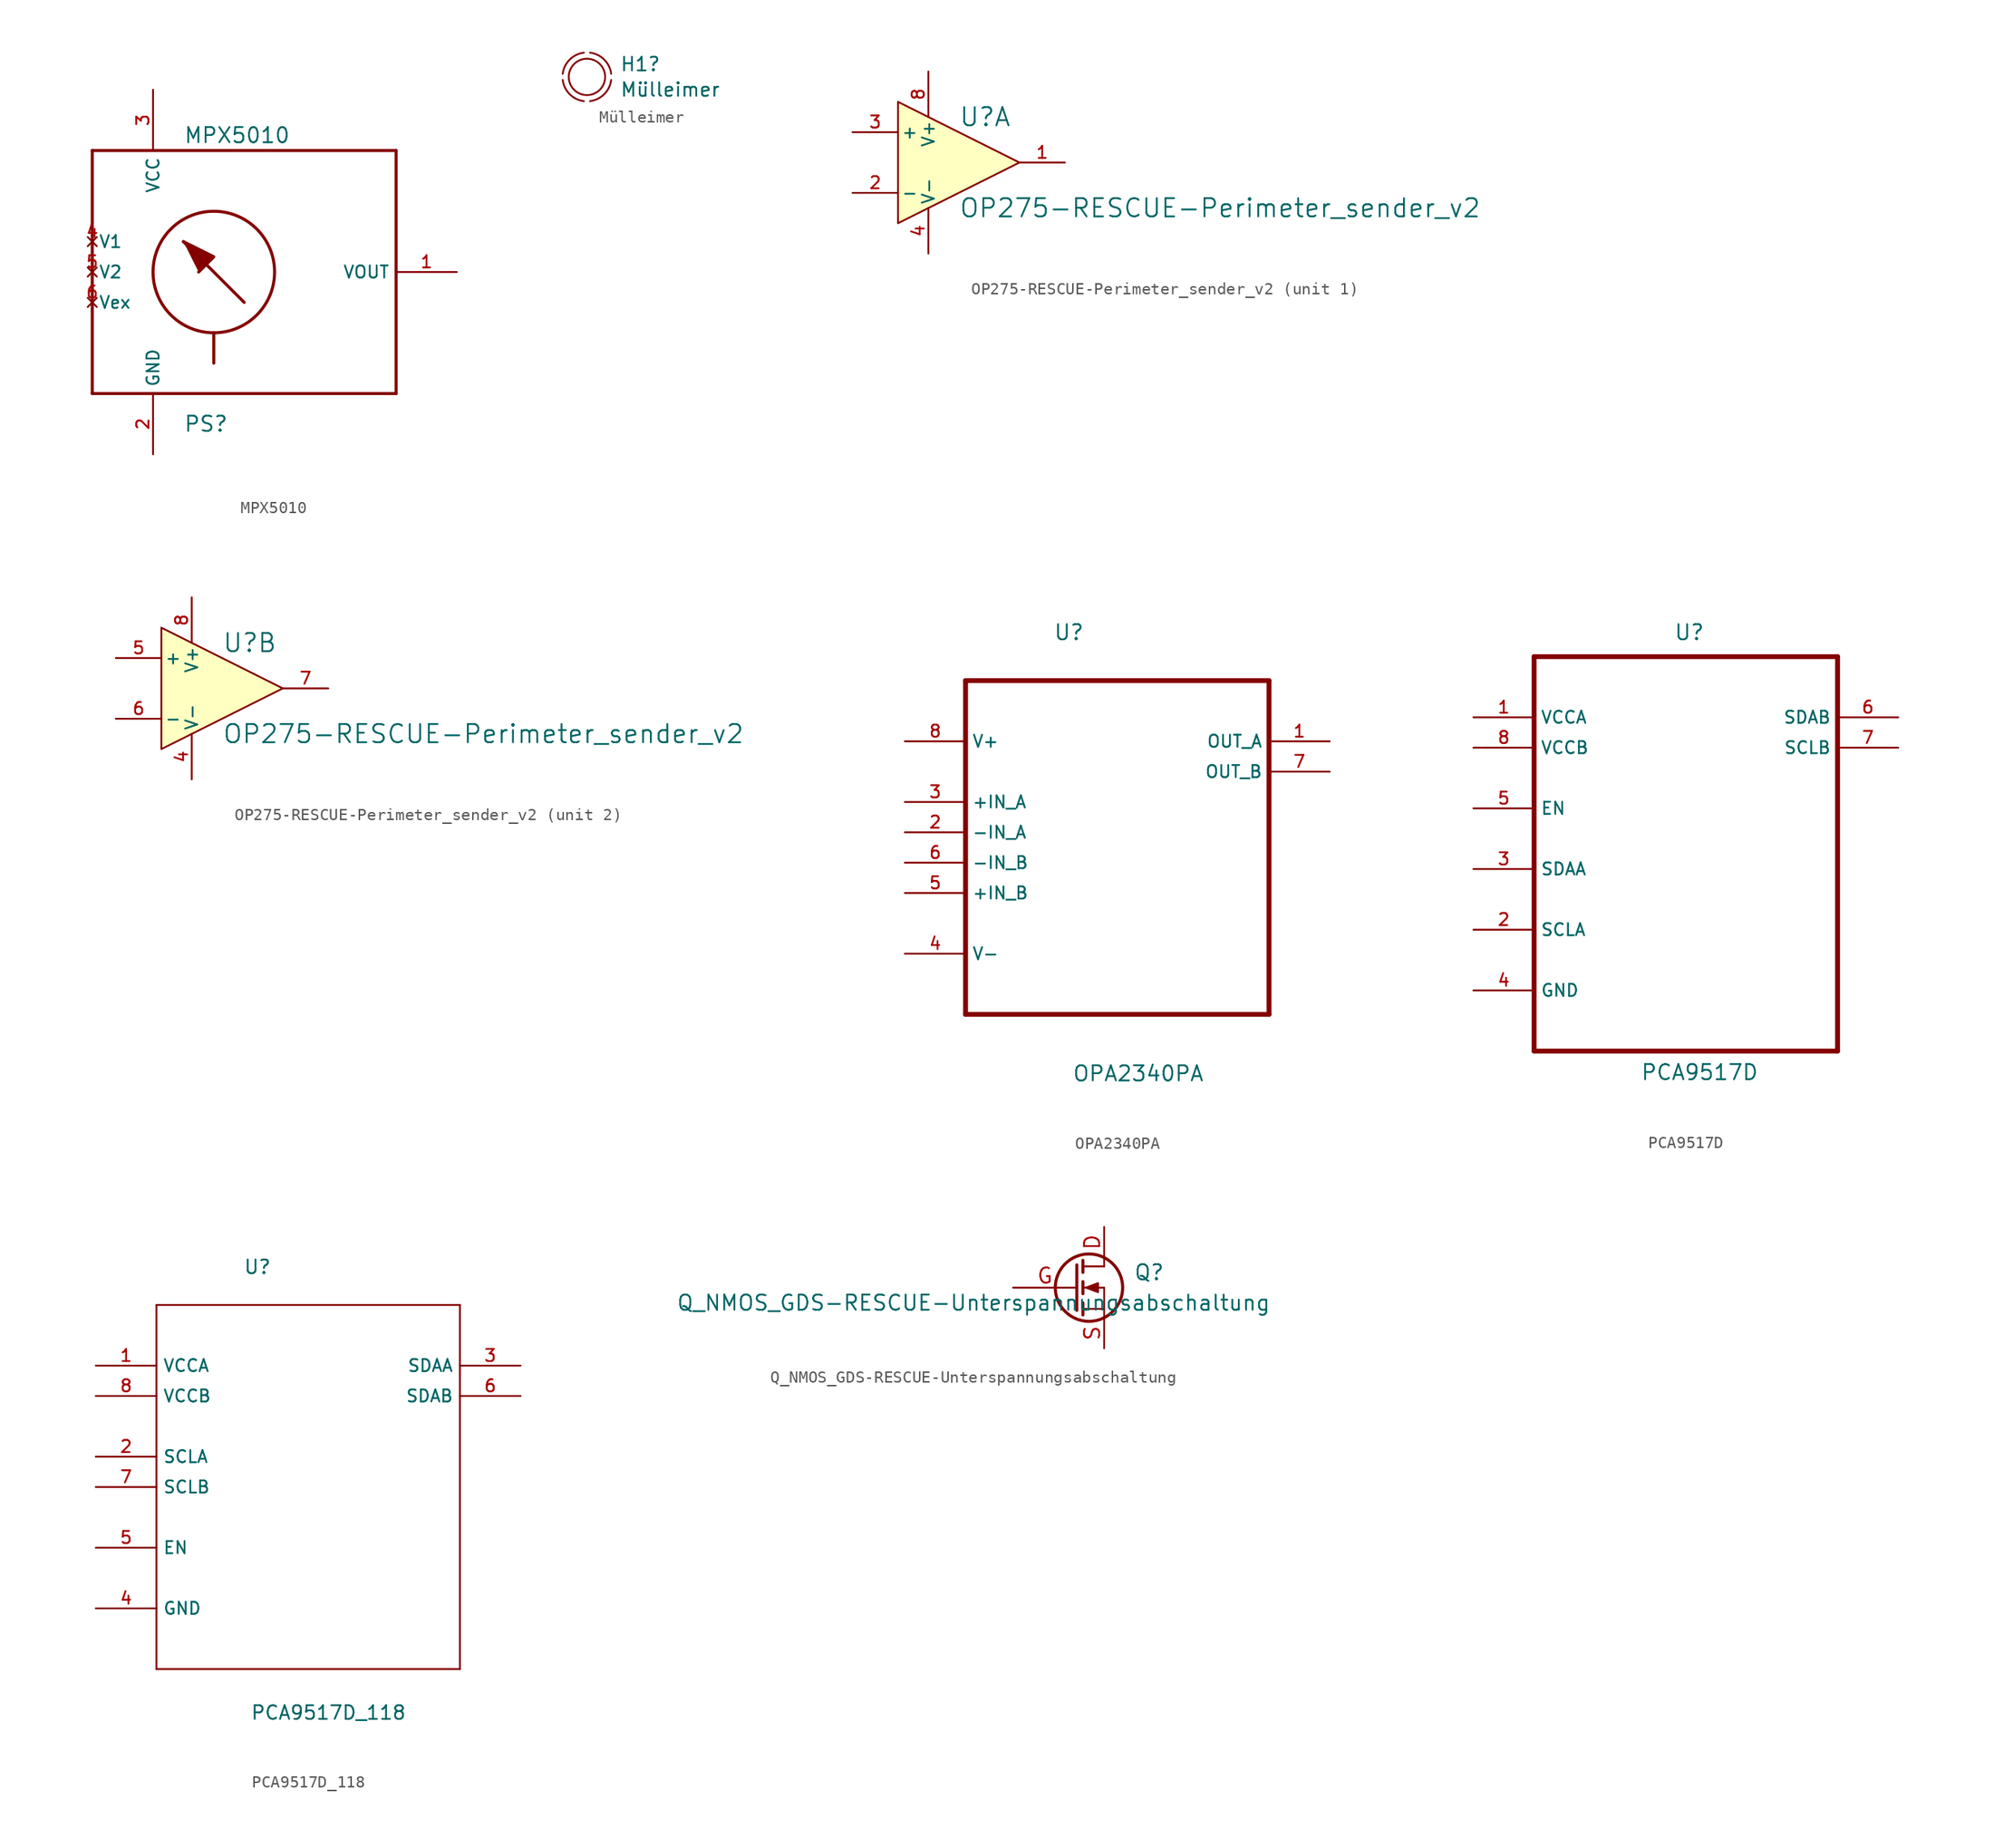
<source format=kicad_sym>
(kicad_symbol_lib
  (version 20220102)
  (generator kicad_symbol_editor)
  (symbol "MPX5010"
    (property "Reference" "PS"
      (at -2.54 -12.7 0)
      (effects (font (size 1.27 1.27)) (justify left)))
    (property "Value" "MPX5010"
      (at -2.54 11.43 0)
      (effects (font (size 1.27 1.27)) (justify left)))
    (property "Footprint" ""
      (at 0 0 0)
      (effects (font (size 1.524 1.524))))
    (property "Datasheet" ""
      (at 0 0 0)
      (effects (font (size 1.524 1.524))))
    (symbol "MPX5010_0_0"
      (polyline (pts (xy -10.16 -10.16) (xy 15.24 -10.16)) (stroke (width 0.254) (type default)) (fill (type none)))
      (polyline (pts (xy -10.16 10.16) (xy -10.16 -10.16)) (stroke (width 0.254) (type default)) (fill (type none)))
      (polyline (pts (xy 0 -5.08) (xy 0 -7.62)) (stroke (width 0.254) (type default)) (fill (type none)))
      (polyline (pts (xy 2.54 -2.54) (xy -2.54 2.54)) (stroke (width 0.254) (type default)) (fill (type none)))
      (polyline (pts (xy 15.24 -10.16) (xy 15.24 10.16)) (stroke (width 0.254) (type default)) (fill (type none)))
      (polyline (pts (xy 15.24 10.16) (xy -10.16 10.16)) (stroke (width 0.254) (type default)) (fill (type none)))
      (polyline (pts (xy -2.54 2.54) (xy 0 1.27) (xy -1.27 0)) (stroke (width 0.254) (type default)) (fill (type outline)))
      (circle (center 0 0) (radius 5.08) (stroke (width 0.254) (type default)) (fill (type none)))
      (pin output line (at 20.32 0 180) (length 5.08) (name "VOUT" (effects (font (size 1.016 1.016)))) (number "1" (effects (font (size 1.016 1.016)))))
      (pin input line (at -5.08 -15.24 90) (length 5.08) (name "GND" (effects (font (size 1.016 1.016)))) (number "2" (effects (font (size 1.016 1.016)))))
      (pin input line (at -5.08 15.24 270) (length 5.08) (name "VCC" (effects (font (size 1.016 1.016)))) (number "3" (effects (font (size 1.016 1.016)))))
      (pin no_connect line (at -10.16 2.54 0) (length 0) (name "V1" (effects (font (size 1.016 1.016)))) (number "4" (effects (font (size 1.016 1.016)))))
      (pin no_connect line (at -10.16 0 0) (length 0) (name "V2" (effects (font (size 1.016 1.016)))) (number "5" (effects (font (size 1.016 1.016)))))
      (pin no_connect line (at -10.16 -2.54 0) (length 0) (name "Vex" (effects (font (size 1.016 1.016)))) (number "6" (effects (font (size 1.016 1.016)))))))
  (symbol "Mülleimer"
    (pin_numbers hide)
    (pin_names
      (offset 1.016) hide)
    (property "Reference" "H1"
      (at 2.743 1.067 0)
      (effects (font (size 1.143 1.143)) (justify left)))
    (property "Value" "Mülleimer"
      (at 2.743 -1.067 0)
      (effects (font (size 1.143 1.143)) (justify left)))
    (property "ki_locked" ""
      (at 0 0 0)
      (effects (font (size 1.27 1.27))))
    (symbol "Mülleimer_1_1"
      (arc (start -2.032 -0.254) (mid -1.448 -1.448) (end -0.254 -2.032) (stroke (width 0) (type default)) (fill (type none)))
      (arc (start -0.254 2.032) (mid -1.448 1.448) (end -2.032 0.254) (stroke (width 0) (type default)) (fill (type none)))
      (circle (center 0 0) (radius 1.524) (stroke (width 0) (type default)) (fill (type none)))
      (arc (start 0.254 -2.032) (mid 1.448 -1.448) (end 2.032 -0.254) (stroke (width 0) (type default)) (fill (type none)))
      (arc (start 2.032 0.254) (mid 1.448 1.448) (end 0.254 2.032) (stroke (width 0) (type default)) (fill (type none)))))
  (symbol "OP275-RESCUE-Perimeter_sender_v2"
    (pin_names
      (offset 0.254))
    (property "Reference" "U"
      (at 0 3.81 0)
      (effects (font (size 1.524 1.524)) (justify left)))
    (property "Value" "OP275-RESCUE-Perimeter_sender_v2"
      (at 0 -3.81 0)
      (effects (font (size 1.524 1.524)) (justify left)))
    (property "Footprint" ""
      (at 0 0 0)
      (effects (font (size 1.524 1.524))))
    (property "Datasheet" ""
      (at 0 0 0)
      (effects (font (size 1.524 1.524))))
    (symbol "OP275-RESCUE-Perimeter_sender_v2_0_1"
      (polyline (pts (xy -5.08 5.08) (xy 5.08 0) (xy -5.08 -5.08) (xy -5.08 5.08)) (stroke (width 0.152) (type default)) (fill (type background)))
      (pin power_in line (at -2.54 -7.62 90) (length 3.81) (name "V-" (effects (font (size 1.016 1.016)))) (number "4" (effects (font (size 1.016 1.016)))))
      (pin power_in line (at -2.54 7.62 270) (length 3.81) (name "V+" (effects (font (size 1.016 1.016)))) (number "8" (effects (font (size 1.016 1.016))))))
    (symbol "OP275-RESCUE-Perimeter_sender_v2_1_1"
      (pin output line (at 8.89 0 180) (length 3.81) (name "~" (effects (font (size 1.016 1.016)))) (number "1" (effects (font (size 1.016 1.016)))))
      (pin input line (at -8.89 -2.54 0) (length 3.81) (name "-" (effects (font (size 1.016 1.016)))) (number "2" (effects (font (size 1.016 1.016)))))
      (pin input line (at -8.89 2.54 0) (length 3.81) (name "+" (effects (font (size 1.016 1.016)))) (number "3" (effects (font (size 1.016 1.016))))))
    (symbol "OP275-RESCUE-Perimeter_sender_v2_2_1"
      (pin input line (at -8.89 2.54 0) (length 3.81) (name "+" (effects (font (size 1.016 1.016)))) (number "5" (effects (font (size 1.016 1.016)))))
      (pin input line (at -8.89 -2.54 0) (length 3.81) (name "-" (effects (font (size 1.016 1.016)))) (number "6" (effects (font (size 1.016 1.016)))))
      (pin output line (at 8.89 0 180) (length 3.81) (name "~" (effects (font (size 1.016 1.016)))) (number "7" (effects (font (size 1.016 1.016)))))))
  (symbol "OPA2340PA"
    (property "Reference" "U"
      (at -5.359 14.199 0)
      (effects (font (size 1.27 1.27)) (justify left)))
    (property "Value" "OPA2340PA"
      (at -3.785 -22.733 0)
      (effects (font (size 1.27 1.27)) (justify left)))
    (property "Datasheet" ""
      (at 0 0 0)
      (effects (font (size 1.524 1.524))))
    (property "ki_locked" ""
      (at 0 0 0)
      (effects (font (size 1.27 1.27))))
    (symbol "OPA2340PA_0_0"
      (polyline (pts (xy -12.7 -17.78) (xy 12.7 -17.78)) (stroke (width 0.406) (type default)) (fill (type none)))
      (polyline (pts (xy -12.7 10.16) (xy -12.7 -17.78)) (stroke (width 0.406) (type default)) (fill (type none)))
      (polyline (pts (xy 12.7 -17.78) (xy 12.7 10.16)) (stroke (width 0.406) (type default)) (fill (type none)))
      (polyline (pts (xy 12.7 10.16) (xy -12.7 10.16)) (stroke (width 0.406) (type default)) (fill (type none)))
      (pin output line (at 17.78 5.08 180) (length 5.08) (name "OUT_A" (effects (font (size 1.016 1.016)))) (number "1" (effects (font (size 1.016 1.016)))))
      (pin input line (at -17.78 -2.54 0) (length 5.08) (name "-IN_A" (effects (font (size 1.016 1.016)))) (number "2" (effects (font (size 1.016 1.016)))))
      (pin input line (at -17.78 0 0) (length 5.08) (name "+IN_A" (effects (font (size 1.016 1.016)))) (number "3" (effects (font (size 1.016 1.016)))))
      (pin input line (at -17.78 -12.7 0) (length 5.08) (name "V-" (effects (font (size 1.016 1.016)))) (number "4" (effects (font (size 1.016 1.016)))))
      (pin input line (at -17.78 -7.62 0) (length 5.08) (name "+IN_B" (effects (font (size 1.016 1.016)))) (number "5" (effects (font (size 1.016 1.016)))))
      (pin input line (at -17.78 -5.08 0) (length 5.08) (name "-IN_B" (effects (font (size 1.016 1.016)))) (number "6" (effects (font (size 1.016 1.016)))))
      (pin output line (at 17.78 2.54 180) (length 5.08) (name "OUT_B" (effects (font (size 1.016 1.016)))) (number "7" (effects (font (size 1.016 1.016)))))
      (pin input line (at -17.78 5.08 0) (length 5.08) (name "V+" (effects (font (size 1.016 1.016)))) (number "8" (effects (font (size 1.016 1.016)))))))
  (symbol "PCA9517D"
    (property "Reference" "U"
      (at -1.016 14.732 0)
      (effects (font (size 1.27 1.27)) (justify left)))
    (property "Value" "PCA9517D"
      (at -3.81 -22.098 0)
      (effects (font (size 1.27 1.27)) (justify left)))
    (symbol "PCA9517D_0_0"
      (polyline (pts (xy -12.7 -20.32) (xy 12.7 -20.32)) (stroke (width 0.406) (type default)) (fill (type none)))
      (polyline (pts (xy -12.7 12.7) (xy -12.7 -20.32)) (stroke (width 0.406) (type default)) (fill (type none)))
      (polyline (pts (xy 12.7 -20.32) (xy 12.7 12.7)) (stroke (width 0.406) (type default)) (fill (type none)))
      (polyline (pts (xy 12.7 12.7) (xy -12.7 12.7)) (stroke (width 0.406) (type default)) (fill (type none)))
      (pin input line (at -17.78 7.62 0) (length 5.08) (name "VCCA" (effects (font (size 1.016 1.016)))) (number "1" (effects (font (size 1.016 1.016)))))
      (pin input line (at -17.78 -10.16 0) (length 5.08) (name "SCLA" (effects (font (size 1.016 1.016)))) (number "2" (effects (font (size 1.016 1.016)))))
      (pin input line (at -17.78 -5.08 0) (length 5.08) (name "SDAA" (effects (font (size 1.016 1.016)))) (number "3" (effects (font (size 1.016 1.016)))))
      (pin passive line (at -17.78 -15.24 0) (length 5.08) (name "GND" (effects (font (size 1.016 1.016)))) (number "4" (effects (font (size 1.016 1.016)))))
      (pin input line (at -17.78 0 0) (length 5.08) (name "EN" (effects (font (size 1.016 1.016)))) (number "5" (effects (font (size 1.016 1.016)))))
      (pin output line (at 17.78 7.62 180) (length 5.08) (name "SDAB" (effects (font (size 1.016 1.016)))) (number "6" (effects (font (size 1.016 1.016)))))
      (pin output line (at 17.78 5.08 180) (length 5.08) (name "SCLB" (effects (font (size 1.016 1.016)))) (number "7" (effects (font (size 1.016 1.016)))))
      (pin input line (at -17.78 5.08 0) (length 5.08) (name "VCCB" (effects (font (size 1.016 1.016)))) (number "8" (effects (font (size 1.016 1.016)))))))
  (symbol "PCA9517D_118"
    (property "Reference" "U"
      (at -5.436 15.215 0)
      (effects (font (size 1.143 1.143)) (justify left bottom)))
    (property "Value" "PCA9517D_118"
      (at -4.851 -22.098 0)
      (effects (font (size 1.143 1.143)) (justify left bottom)))
    (property "ki_locked" ""
      (at 0 0 0)
      (effects (font (size 1.27 1.27))))
    (symbol "PCA9517D_118_1_0"
      (polyline (pts (xy -12.7 -17.78) (xy 12.7 -17.78)) (stroke (width 0) (type default)) (fill (type none)))
      (polyline (pts (xy -12.7 12.7) (xy -12.7 -17.78)) (stroke (width 0) (type default)) (fill (type none)))
      (polyline (pts (xy 12.7 -17.78) (xy 12.7 12.7)) (stroke (width 0) (type default)) (fill (type none)))
      (polyline (pts (xy 12.7 12.7) (xy -12.7 12.7)) (stroke (width 0) (type default)) (fill (type none))))
    (symbol "PCA9517D_118_1_1"
      (pin power_in line (at -17.78 7.62 0) (length 5.08) (name "VCCA" (effects (font (size 1.016 1.016)))) (number "1" (effects (font (size 1.016 1.016)))))
      (pin input line (at -17.78 0 0) (length 5.08) (name "SCLA" (effects (font (size 1.016 1.016)))) (number "2" (effects (font (size 1.016 1.016)))))
      (pin bidirectional line (at 17.78 7.62 180) (length 5.08) (name "SDAA" (effects (font (size 1.016 1.016)))) (number "3" (effects (font (size 1.016 1.016)))))
      (pin passive line (at -17.78 -12.7 0) (length 5.08) (name "GND" (effects (font (size 1.016 1.016)))) (number "4" (effects (font (size 1.016 1.016)))))
      (pin input line (at -17.78 -7.62 0) (length 5.08) (name "EN" (effects (font (size 1.016 1.016)))) (number "5" (effects (font (size 1.016 1.016)))))
      (pin bidirectional line (at 17.78 5.08 180) (length 5.08) (name "SDAB" (effects (font (size 1.016 1.016)))) (number "6" (effects (font (size 1.016 1.016)))))
      (pin input line (at -17.78 -2.54 0) (length 5.08) (name "SCLB" (effects (font (size 1.016 1.016)))) (number "7" (effects (font (size 1.016 1.016)))))
      (pin power_in line (at -17.78 5.08 0) (length 5.08) (name "VCCB" (effects (font (size 1.016 1.016)))) (number "8" (effects (font (size 1.016 1.016)))))))
  (symbol "Q_NMOS_GDS-RESCUE-Unterspannungsabschaltung"
    (pin_names
      (offset 0) hide)
    (property "Reference" "Q"
      (at 7.62 1.27 0)
      (effects (font (size 1.27 1.27)) (justify right)))
    (property "Value" "Q_NMOS_GDS-RESCUE-Unterspannungsabschaltung"
      (at 16.51 -1.27 0)
      (effects (font (size 1.27 1.27)) (justify right)))
    (property "Footprint" ""
      (at 5.08 2.54 0)
      (effects (font (size 0.737 0.737))))
    (property "Datasheet" ""
      (at 0 0 0)
      (effects (font (size 1.524 1.524))))
    (symbol "Q_NMOS_GDS-RESCUE-Unterspannungsabschaltung_0_1"
      (polyline (pts (xy 0.762 -1.778) (xy 2.54 -1.778)) (stroke (width 0) (type default)) (fill (type none)))
      (polyline (pts (xy 0.762 -1.27) (xy 0.762 -2.286)) (stroke (width 0.254) (type default)) (fill (type none)))
      (polyline (pts (xy 0.762 0) (xy 2.54 0)) (stroke (width 0) (type default)) (fill (type none)))
      (polyline (pts (xy 0.762 0.508) (xy 0.762 -0.508)) (stroke (width 0.254) (type default)) (fill (type none)))
      (polyline (pts (xy 0.762 1.778) (xy 2.54 1.778)) (stroke (width 0) (type default)) (fill (type none)))
      (polyline (pts (xy 0.762 2.286) (xy 0.762 1.27)) (stroke (width 0.254) (type default)) (fill (type none)))
      (polyline (pts (xy 2.54 -1.778) (xy 2.54 -2.54)) (stroke (width 0) (type default)) (fill (type none)))
      (polyline (pts (xy 2.54 -1.778) (xy 2.54 0)) (stroke (width 0) (type default)) (fill (type none)))
      (polyline (pts (xy 2.54 2.54) (xy 2.54 1.778)) (stroke (width 0) (type default)) (fill (type none)))
      (polyline (pts (xy 0.254 1.905) (xy 0.254 -1.905) (xy 0.254 -1.905)) (stroke (width 0.254) (type default)) (fill (type none)))
      (polyline (pts (xy 1.016 0) (xy 2.032 0.381) (xy 2.032 -0.381) (xy 1.016 0)) (stroke (width 0) (type default)) (fill (type outline)))
      (circle (center 1.27 0) (radius 2.819) (stroke (width 0.254) (type default)) (fill (type none))))
    (symbol "Q_NMOS_GDS-RESCUE-Unterspannungsabschaltung_1_1"
      (pin passive line (at 2.54 5.08 270) (length 2.54) (name "D" (effects (font (size 1.27 1.27)))) (number "D" (effects (font (size 1.27 1.27)))))
      (pin input line (at -5.08 0 0) (length 5.334) (name "G" (effects (font (size 1.27 1.27)))) (number "G" (effects (font (size 1.27 1.27)))))
      (pin passive line (at 2.54 -5.08 90) (length 2.54) (name "S" (effects (font (size 1.27 1.27)))) (number "S" (effects (font (size 1.27 1.27))))))))
</source>
